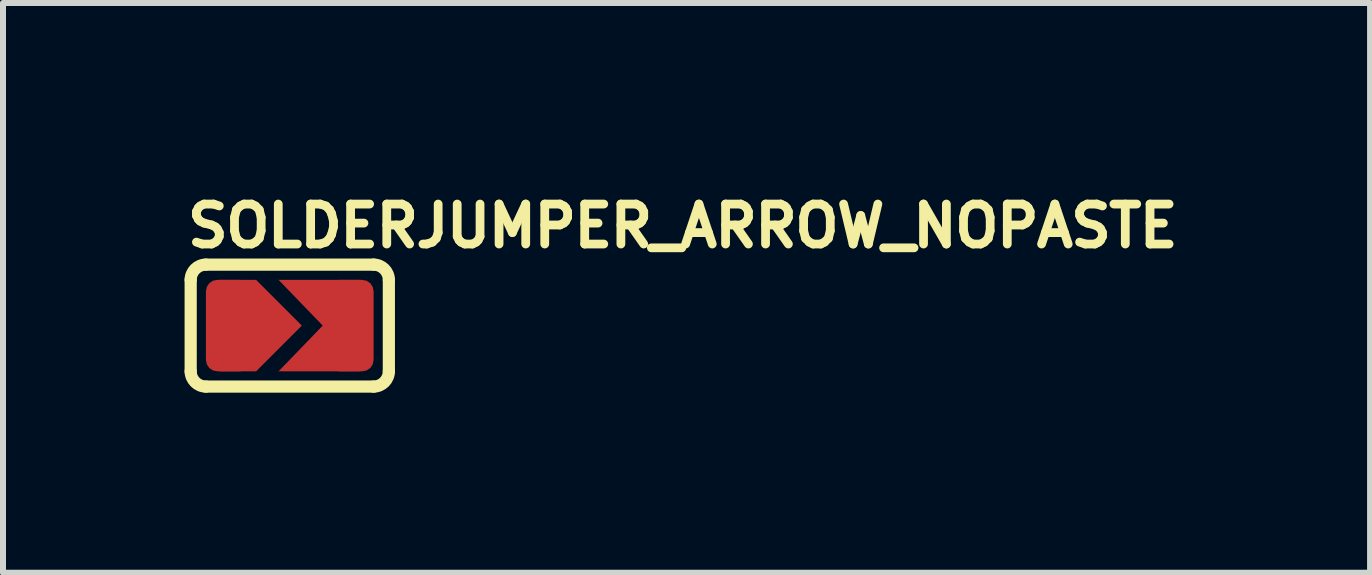
<source format=kicad_pcb>
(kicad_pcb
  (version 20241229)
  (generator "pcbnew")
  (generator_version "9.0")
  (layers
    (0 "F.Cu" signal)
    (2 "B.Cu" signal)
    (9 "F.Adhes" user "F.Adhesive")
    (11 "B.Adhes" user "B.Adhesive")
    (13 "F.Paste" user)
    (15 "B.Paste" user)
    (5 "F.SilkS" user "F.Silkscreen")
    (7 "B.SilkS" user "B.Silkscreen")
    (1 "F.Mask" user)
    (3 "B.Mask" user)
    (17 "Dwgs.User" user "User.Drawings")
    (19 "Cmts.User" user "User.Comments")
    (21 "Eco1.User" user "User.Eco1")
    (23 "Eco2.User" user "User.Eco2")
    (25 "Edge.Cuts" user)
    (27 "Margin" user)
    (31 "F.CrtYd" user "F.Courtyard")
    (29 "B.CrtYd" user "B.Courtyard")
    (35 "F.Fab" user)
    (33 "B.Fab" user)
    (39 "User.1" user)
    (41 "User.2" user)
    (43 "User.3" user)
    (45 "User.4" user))
  (footprint "SOLDERJUMPER_ARROW_NOPASTE"
    (layer "F.Cu")
    (at 1.778 2.375)
    (property "Reference" "SOLDERJUMPER_ARROW_NOPASTE" (at -1.778 -1.27 0) (unlocked yes) (layer "F.SilkS") (effects (font (size 0.666 0.666) (thickness 0.146)) (justify left bottom)))
    (fp_poly (pts (xy 0.201 0) (xy -0.561 0.762) (xy -1.168 0.762) (xy -1.168 -0.762) (xy -0.561 -0.762)) (stroke (width 0) (type default)) (fill yes) (layer "F.Cu"))
    (fp_poly (pts (xy 1.168 0.762) (xy -0.187 0.762) (xy 0.549 0) (xy -0.187 -0.762) (xy 1.168 -0.762)) (stroke (width 0) (type default)) (fill yes) (layer "F.Cu"))
    (fp_poly (pts (xy -1.46 0.826) (xy 1.46 0.826) (xy 1.46 -0.826) (xy -1.46 -0.826)) (stroke (width 0) (type default)) (fill yes) (layer "F.Mask"))
    (fp_line (start -1.651 0.762) (end -1.651 -0.762) (stroke (width 0.203) (type solid)) (layer "F.SilkS"))
    (fp_line (start -1.397 -1.016) (end 1.397 -1.016) (stroke (width 0.203) (type solid)) (layer "F.SilkS"))
    (fp_line (start 1.397 1.016) (end -1.397 1.016) (stroke (width 0.203) (type solid)) (layer "F.SilkS"))
    (fp_line (start 1.651 0.762) (end 1.651 -0.762) (stroke (width 0.203) (type solid)) (layer "F.SilkS"))
    (fp_arc (start -1.651 -0.762) (mid -1.576605 -0.941605) (end -1.397 -1.016) (stroke (width 0.2032) (type solid)) (layer "F.SilkS"))
    (fp_arc (start -1.397 1.016) (mid -1.576605 0.941605) (end -1.651 0.762) (stroke (width 0.2032) (type solid)) (layer "F.SilkS"))
    (fp_arc (start 1.397 -1.016) (mid 1.576605 -0.941605) (end 1.651 -0.762) (stroke (width 0.2032) (type solid)) (layer "F.SilkS"))
    (fp_arc (start 1.651 0.762) (mid 1.576605 0.941605) (end 1.397 1.016) (stroke (width 0.2032) (type solid)) (layer "F.SilkS"))
    (pad "1" smd roundrect (at -1.016 0) (size 0.762 1.524) (layers "F.Cu") (roundrect_rratio 0.25))
    (pad "2" smd roundrect (at 1.016 0) (size 0.762 1.524) (layers "F.Cu") (roundrect_rratio 0.25)))
  (gr_rect
    (start -3 -3)
    (end 19.778 6.493)
    (stroke (width 0.1) (type default))
    (fill no)
    (layer "Edge.Cuts")))
</source>
